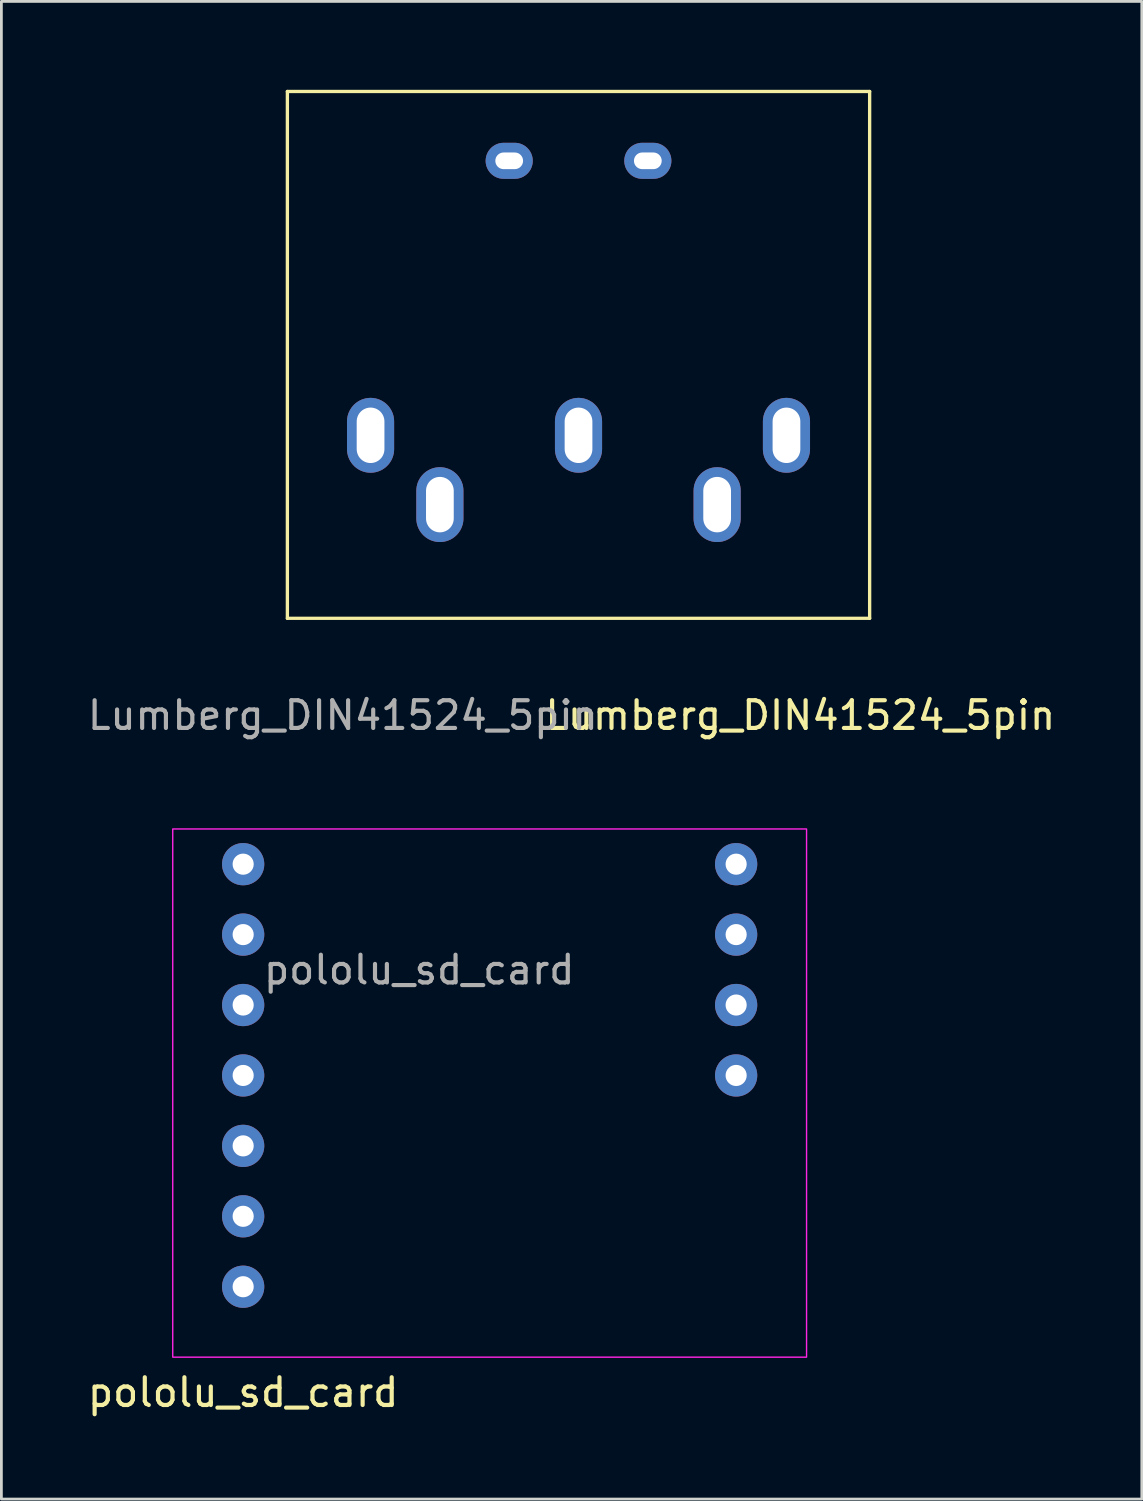
<source format=kicad_pcb>
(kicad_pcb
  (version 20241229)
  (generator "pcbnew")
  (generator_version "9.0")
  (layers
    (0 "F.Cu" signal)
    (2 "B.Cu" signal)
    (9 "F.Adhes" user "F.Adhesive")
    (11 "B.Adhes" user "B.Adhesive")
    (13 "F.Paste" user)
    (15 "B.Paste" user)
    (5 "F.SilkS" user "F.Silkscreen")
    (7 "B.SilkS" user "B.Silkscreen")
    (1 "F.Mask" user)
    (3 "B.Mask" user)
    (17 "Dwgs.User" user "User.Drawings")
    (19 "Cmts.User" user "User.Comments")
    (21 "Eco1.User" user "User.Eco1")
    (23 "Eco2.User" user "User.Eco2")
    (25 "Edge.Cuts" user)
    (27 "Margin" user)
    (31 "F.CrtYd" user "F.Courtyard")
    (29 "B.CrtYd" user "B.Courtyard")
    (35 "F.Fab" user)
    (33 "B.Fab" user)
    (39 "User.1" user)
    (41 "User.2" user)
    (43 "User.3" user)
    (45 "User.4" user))
  (footprint "pololu_sd_card"
    (layer "F.Cu")
    (at 15.626 26.848)
    (property "Reference" "pololu_sd_card" (at -9.906 20.32 0) (unlocked yes) (layer "F.SilkS") (effects (font (size 1 1) (thickness 0.15))))
    (attr through_hole)
    (fp_rect (start -12.446 0) (end 10.414 19.05) (stroke (width 0.05) (type solid)) (fill no) (layer "F.CrtYd"))
    (fp_text user "${REFERENCE}" (at -3.556 5.08 0) (unlocked yes) (layer "F.Fab") (effects (font (size 1 1) (thickness 0.15))))
    (pad "1" thru_hole circle (at -9.906 1.27) (size 1.524 1.524) (drill 0.762) (layers "*.Cu" "*.Mask"))
    (pad "2" thru_hole circle (at -9.906 3.81) (size 1.524 1.524) (drill 0.762) (layers "*.Cu" "*.Mask"))
    (pad "3" thru_hole circle (at -9.906 6.35) (size 1.524 1.524) (drill 0.762) (layers "*.Cu" "*.Mask"))
    (pad "4" thru_hole circle (at -9.906 8.89) (size 1.524 1.524) (drill 0.762) (layers "*.Cu" "*.Mask"))
    (pad "5" thru_hole circle (at -9.906 11.43) (size 1.524 1.524) (drill 0.762) (layers "*.Cu" "*.Mask"))
    (pad "6" thru_hole circle (at -9.906 13.97) (size 1.524 1.524) (drill 0.762) (layers "*.Cu" "*.Mask"))
    (pad "7" thru_hole circle (at -9.906 16.51) (size 1.524 1.524) (drill 0.762) (layers "*.Cu" "*.Mask"))
    (pad "8" thru_hole circle (at 7.874 8.89) (size 1.524 1.524) (drill 0.762) (layers "*.Cu" "*.Mask"))
    (pad "9" thru_hole circle (at 7.874 6.35) (size 1.524 1.524) (drill 0.762) (layers "*.Cu" "*.Mask"))
    (pad "10" thru_hole circle (at 7.874 3.81) (size 1.524 1.524) (drill 0.762) (layers "*.Cu" "*.Mask"))
    (pad "11" thru_hole circle (at 7.874 1.27) (size 1.524 1.524) (drill 0.762) (layers "*.Cu" "*.Mask")))
  (footprint "Lumberg_DIN41524_5pin"
    (layer "F.Cu")
    (at 17.815 0.25)
    (property "Reference" "Lumberg_DIN41524_5pin" (at 8 22.5 0) (unlocked yes) (layer "F.SilkS") (effects (font (size 1 1) (thickness 0.15))))
    (attr through_hole)
    (fp_line (start -10.5 0) (end 10.5 0) (stroke (width 0.12) (type solid)) (layer "F.SilkS"))
    (fp_line (start -10.5 19) (end -10.5 0) (stroke (width 0.12) (type solid)) (layer "F.SilkS"))
    (fp_line (start 10.5 0) (end 10.5 19) (stroke (width 0.12) (type solid)) (layer "F.SilkS"))
    (fp_line (start 10.5 19) (end -10.5 19) (stroke (width 0.12) (type solid)) (layer "F.SilkS"))
    (fp_text user "${REFERENCE}" (at -8.5 22.5 0) (unlocked yes) (layer "F.Fab") (effects (font (size 1 1) (thickness 0.15))))
    (pad "1" thru_hole oval (at 7.5 12.4) (size 1.7 2.7) (drill oval 1 2) (layers "*.Cu" "*.Mask"))
    (pad "2" thru_hole oval (at 0 12.4) (size 1.7 2.7) (drill oval 1 2) (layers "*.Cu" "*.Mask"))
    (pad "3" thru_hole oval (at -7.5 12.4) (size 1.7 2.7) (drill oval 1 2) (layers "*.Cu" "*.Mask"))
    (pad "4" thru_hole oval (at 5 14.9) (size 1.7 2.7) (drill oval 1 2) (layers "*.Cu" "*.Mask"))
    (pad "5" thru_hole oval (at -5 14.9) (size 1.7 2.7) (drill oval 1 2) (layers "*.Cu" "*.Mask"))
    (pad "G1" thru_hole oval (at -2.5 2.5) (size 1.7 1.3) (drill oval 1 0.6) (layers "*.Cu" "*.Mask"))
    (pad "G2" thru_hole oval (at 2.5 2.5) (size 1.7 1.3) (drill oval 1 0.6) (layers "*.Cu" "*.Mask")))
  (gr_rect
    (start -3 -3)
    (end 38.131 51.017)
    (stroke (width 0.1) (type default))
    (fill no)
    (layer "Edge.Cuts")))
</source>
